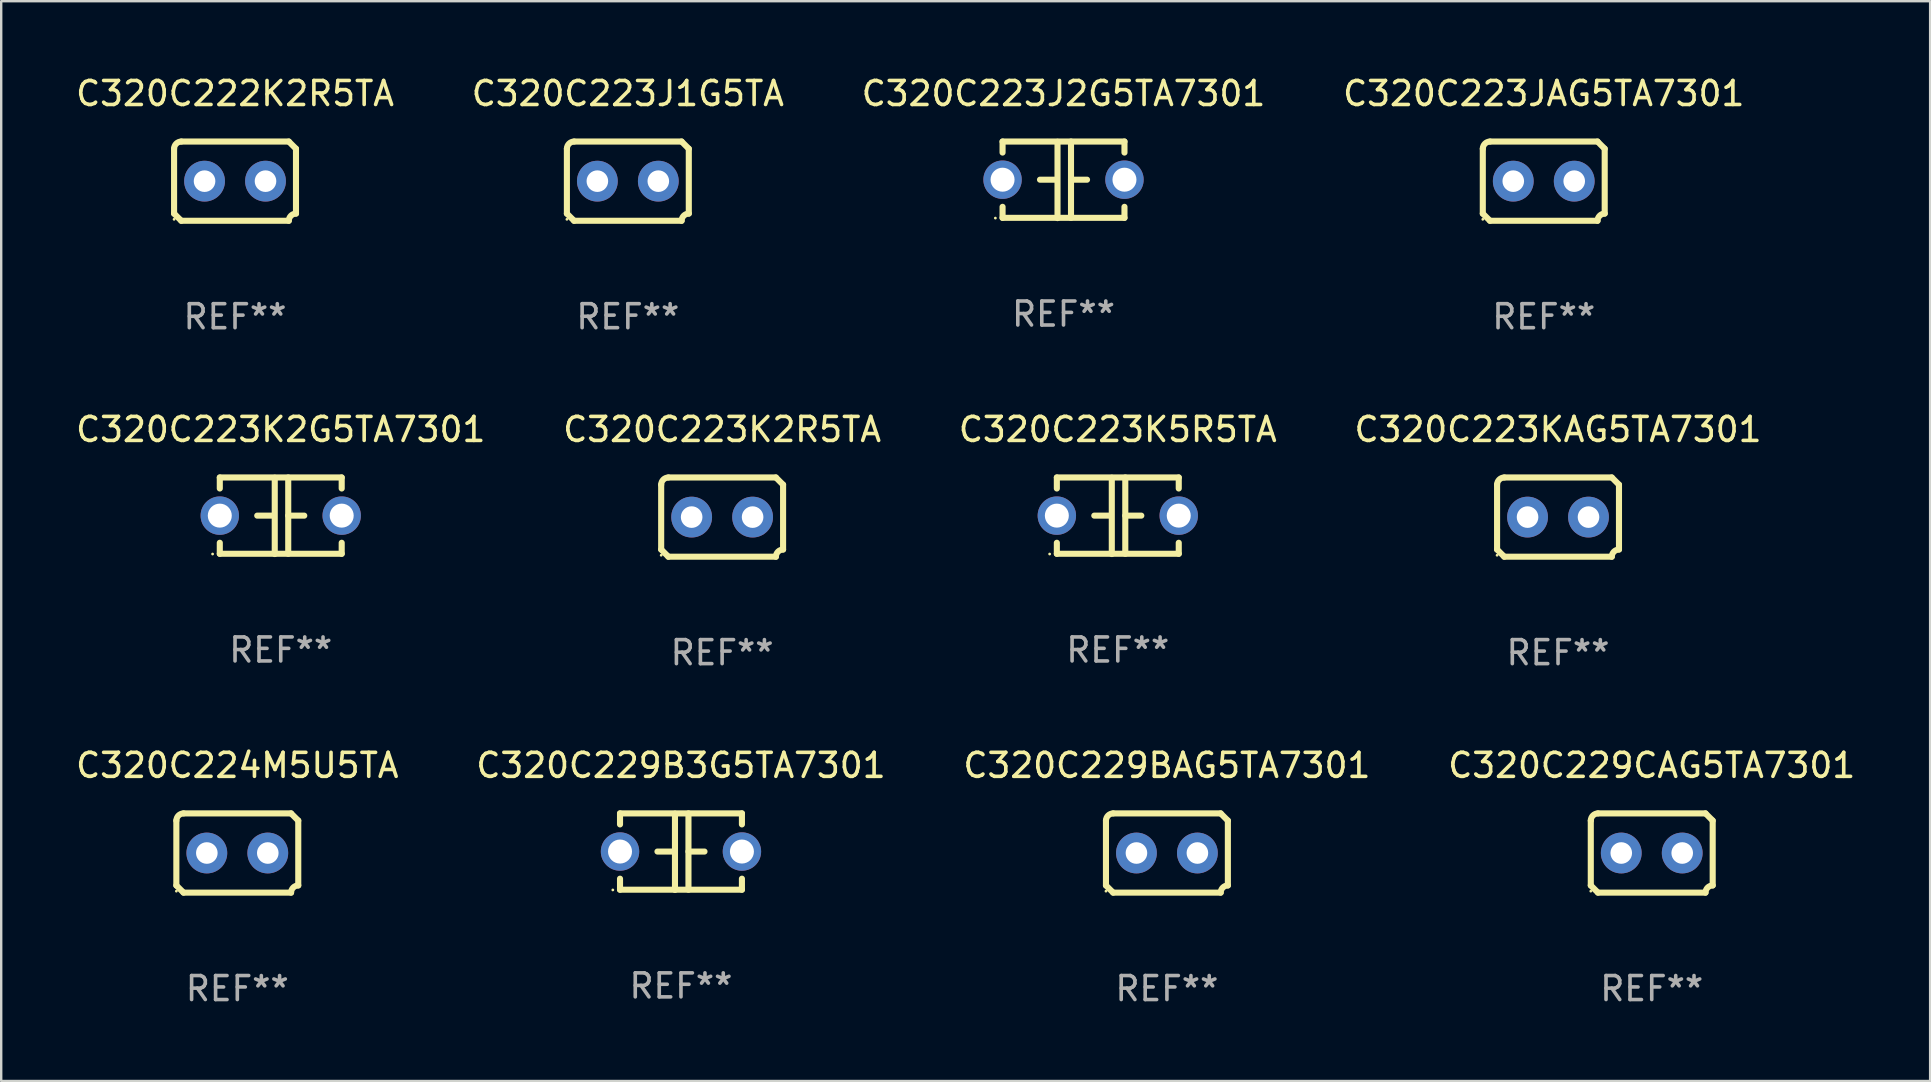
<source format=kicad_pcb>
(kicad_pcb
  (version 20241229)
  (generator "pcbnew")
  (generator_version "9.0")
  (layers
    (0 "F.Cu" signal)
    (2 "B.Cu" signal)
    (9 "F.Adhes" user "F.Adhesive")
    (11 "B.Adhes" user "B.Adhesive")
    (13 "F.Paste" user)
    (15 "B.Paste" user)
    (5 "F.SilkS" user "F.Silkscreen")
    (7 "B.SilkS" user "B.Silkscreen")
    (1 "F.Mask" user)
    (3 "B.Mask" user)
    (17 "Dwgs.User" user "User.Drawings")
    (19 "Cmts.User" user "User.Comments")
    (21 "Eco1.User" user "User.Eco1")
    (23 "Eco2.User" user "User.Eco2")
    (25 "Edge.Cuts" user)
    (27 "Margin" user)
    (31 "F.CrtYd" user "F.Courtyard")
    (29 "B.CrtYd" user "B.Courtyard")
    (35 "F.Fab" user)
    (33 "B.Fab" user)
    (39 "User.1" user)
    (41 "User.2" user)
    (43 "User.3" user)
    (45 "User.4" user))
  (footprint "C320C223J2G5TA7301"
    (layer "F.Cu")
    (at 41.268 4.443)
    (property "Reference" "C320C223J2G5TA7301" (at 0 -3.595 0) (layer "F.SilkS") (effects (font (size 1 1) (thickness 0.15))))
    (attr through_hole)
    (fp_line (start -2.54 -1.595) (end -2.54 -1.136) (stroke (width 0.254) (type solid)) (layer "F.SilkS"))
    (fp_line (start -2.54 -1.595) (end 2.54 -1.595) (stroke (width 0.254) (type solid)) (layer "F.SilkS"))
    (fp_line (start -2.54 1.126) (end -2.54 1.585) (stroke (width 0.254) (type solid)) (layer "F.SilkS"))
    (fp_line (start -0.312 -0.005) (end -0.98 -0.005) (stroke (width 0.254) (type solid)) (layer "F.SilkS"))
    (fp_line (start -0.25 -1.585) (end -0.25 1.595) (stroke (width 0.254) (type solid)) (layer "F.SilkS"))
    (fp_line (start 0.312 -1.595) (end 0.312 1.585) (stroke (width 0.254) (type solid)) (layer "F.SilkS"))
    (fp_line (start 0.312 -0.005) (end 0.98 -0.005) (stroke (width 0.254) (type solid)) (layer "F.SilkS"))
    (fp_line (start 2.54 -1.595) (end 2.54 -1.136) (stroke (width 0.254) (type solid)) (layer "F.SilkS"))
    (fp_line (start 2.54 1.126) (end 2.54 1.585) (stroke (width 0.254) (type solid)) (layer "F.SilkS"))
    (fp_line (start 2.54 1.585) (end -2.54 1.585) (stroke (width 0.254) (type solid)) (layer "F.SilkS"))
    (fp_circle (center -2.84 1.595) (end -2.81 1.595) (stroke (width 0.06) (type solid)) (fill no) (layer "F.SilkS"))
    (fp_text user "REF**" (at 0 5.595 0) (layer "F.Fab") (effects (font (size 1 1) (thickness 0.15))))
    (pad "1" thru_hole circle (at -2.54 -0.005) (size 1.6 1.6) (drill 1) (layers "*.Cu" "*.Mask"))
    (pad "2" thru_hole circle (at 2.54 -0.005) (size 1.6 1.6) (drill 1) (layers "*.Cu" "*.Mask")))
  (footprint "C320C223KAG5TA7301"
    (layer "F.Cu")
    (at 61.875 18.498)
    (property "Reference" "C320C223KAG5TA7301" (at 0 -3.651 0) (layer "F.SilkS") (effects (font (size 1 1) (thickness 0.15))))
    (attr through_hole)
    (fp_line (start -2.54 -1.351) (end -2.54 1.351) (stroke (width 0.254) (type solid)) (layer "F.SilkS"))
    (fp_line (start -2.24 -1.651) (end 2.24 -1.651) (stroke (width 0.254) (type solid)) (layer "F.SilkS"))
    (fp_line (start 2.24 1.651) (end -2.24 1.651) (stroke (width 0.254) (type solid)) (layer "F.SilkS"))
    (fp_line (start 2.54 1.351) (end 2.54 -1.351) (stroke (width 0.254) (type solid)) (layer "F.SilkS"))
    (fp_arc (start -2.540005 -1.351283) (mid -2.450115 -1.561309) (end -2.240005 -1.651003) (stroke (width 0.254001) (type solid)) (layer "F.SilkS"))
    (fp_arc (start -2.240287 1.651001) (mid -2.390163 1.501019) (end -2.540005 1.351003) (stroke (width 0.254001) (type solid)) (layer "F.SilkS"))
    (fp_arc (start 2.240005 1.651003) (mid 2.329934 1.441015) (end 2.540005 1.351282) (stroke (width 0.254001) (type solid)) (layer "F.SilkS"))
    (fp_arc (start 2.540005 -1.351003) (mid 2.389393 -1.500252) (end 2.240284 -1.651003) (stroke (width 0.254001) (type solid)) (layer "F.SilkS"))
    (fp_circle (center -2.54 1.59) (end -2.51 1.59) (stroke (width 0.06) (type solid)) (fill no) (layer "F.SilkS"))
    (fp_text user "REF**" (at 0 5.651 0) (layer "F.Fab") (effects (font (size 1 1) (thickness 0.15))))
    (pad "1" thru_hole circle (at -1.27 0) (size 1.7 1.7) (drill 0.9) (layers "*.Cu" "*.Mask"))
    (pad "2" thru_hole circle (at 1.27 0) (size 1.7 1.7) (drill 0.9) (layers "*.Cu" "*.Mask")))
  (footprint "C320C229CAG5TA7301"
    (layer "F.Cu")
    (at 65.78 32.496)
    (property "Reference" "C320C229CAG5TA7301" (at 0 -3.651 0) (layer "F.SilkS") (effects (font (size 1 1) (thickness 0.15))))
    (attr through_hole)
    (fp_line (start -2.54 -1.351) (end -2.54 1.351) (stroke (width 0.254) (type solid)) (layer "F.SilkS"))
    (fp_line (start -2.24 -1.651) (end 2.24 -1.651) (stroke (width 0.254) (type solid)) (layer "F.SilkS"))
    (fp_line (start 2.24 1.651) (end -2.24 1.651) (stroke (width 0.254) (type solid)) (layer "F.SilkS"))
    (fp_line (start 2.54 1.351) (end 2.54 -1.351) (stroke (width 0.254) (type solid)) (layer "F.SilkS"))
    (fp_arc (start -2.540005 -1.351283) (mid -2.450115 -1.561309) (end -2.240005 -1.651003) (stroke (width 0.254001) (type solid)) (layer "F.SilkS"))
    (fp_arc (start -2.240287 1.651001) (mid -2.390163 1.501019) (end -2.540005 1.351003) (stroke (width 0.254001) (type solid)) (layer "F.SilkS"))
    (fp_arc (start 2.240005 1.651003) (mid 2.329934 1.441015) (end 2.540005 1.351282) (stroke (width 0.254001) (type solid)) (layer "F.SilkS"))
    (fp_arc (start 2.540005 -1.351003) (mid 2.389393 -1.500252) (end 2.240284 -1.651003) (stroke (width 0.254001) (type solid)) (layer "F.SilkS"))
    (fp_circle (center -2.54 1.59) (end -2.51 1.59) (stroke (width 0.06) (type solid)) (fill no) (layer "F.SilkS"))
    (fp_text user "REF**" (at 0 5.651 0) (layer "F.Fab") (effects (font (size 1 1) (thickness 0.15))))
    (pad "1" thru_hole circle (at -1.27 0) (size 1.7 1.7) (drill 0.9) (layers "*.Cu" "*.Mask"))
    (pad "2" thru_hole circle (at 1.27 0) (size 1.7 1.7) (drill 0.9) (layers "*.Cu" "*.Mask")))
  (footprint "C320C223K2R5TA"
    (layer "F.Cu")
    (at 27.042 18.498)
    (property "Reference" "C320C223K2R5TA" (at 0 -3.651 0) (layer "F.SilkS") (effects (font (size 1 1) (thickness 0.15))))
    (attr through_hole)
    (fp_line (start -2.54 -1.351) (end -2.54 1.351) (stroke (width 0.254) (type solid)) (layer "F.SilkS"))
    (fp_line (start -2.24 -1.651) (end 2.24 -1.651) (stroke (width 0.254) (type solid)) (layer "F.SilkS"))
    (fp_line (start 2.24 1.651) (end -2.24 1.651) (stroke (width 0.254) (type solid)) (layer "F.SilkS"))
    (fp_line (start 2.54 1.351) (end 2.54 -1.351) (stroke (width 0.254) (type solid)) (layer "F.SilkS"))
    (fp_arc (start -2.540005 -1.351283) (mid -2.450115 -1.561309) (end -2.240005 -1.651003) (stroke (width 0.254001) (type solid)) (layer "F.SilkS"))
    (fp_arc (start -2.240287 1.651001) (mid -2.390163 1.501019) (end -2.540005 1.351003) (stroke (width 0.254001) (type solid)) (layer "F.SilkS"))
    (fp_arc (start 2.240005 1.651003) (mid 2.329934 1.441015) (end 2.540005 1.351282) (stroke (width 0.254001) (type solid)) (layer "F.SilkS"))
    (fp_arc (start 2.540005 -1.351003) (mid 2.389393 -1.500252) (end 2.240284 -1.651003) (stroke (width 0.254001) (type solid)) (layer "F.SilkS"))
    (fp_circle (center -2.54 1.59) (end -2.51 1.59) (stroke (width 0.06) (type solid)) (fill no) (layer "F.SilkS"))
    (fp_text user "REF**" (at 0 5.651 0) (layer "F.Fab") (effects (font (size 1 1) (thickness 0.15))))
    (pad "1" thru_hole circle (at -1.27 0) (size 1.7 1.7) (drill 0.9) (layers "*.Cu" "*.Mask"))
    (pad "2" thru_hole circle (at 1.27 0) (size 1.7 1.7) (drill 0.9) (layers "*.Cu" "*.Mask")))
  (footprint "C320C229BAG5TA7301"
    (layer "F.Cu")
    (at 45.577 32.496)
    (property "Reference" "C320C229BAG5TA7301" (at 0 -3.651 0) (layer "F.SilkS") (effects (font (size 1 1) (thickness 0.15))))
    (attr through_hole)
    (fp_line (start -2.54 -1.351) (end -2.54 1.351) (stroke (width 0.254) (type solid)) (layer "F.SilkS"))
    (fp_line (start -2.24 -1.651) (end 2.24 -1.651) (stroke (width 0.254) (type solid)) (layer "F.SilkS"))
    (fp_line (start 2.24 1.651) (end -2.24 1.651) (stroke (width 0.254) (type solid)) (layer "F.SilkS"))
    (fp_line (start 2.54 1.351) (end 2.54 -1.351) (stroke (width 0.254) (type solid)) (layer "F.SilkS"))
    (fp_arc (start -2.540005 -1.351283) (mid -2.450115 -1.561309) (end -2.240005 -1.651003) (stroke (width 0.254001) (type solid)) (layer "F.SilkS"))
    (fp_arc (start -2.240287 1.651001) (mid -2.390163 1.501019) (end -2.540005 1.351003) (stroke (width 0.254001) (type solid)) (layer "F.SilkS"))
    (fp_arc (start 2.240005 1.651003) (mid 2.329934 1.441015) (end 2.540005 1.351282) (stroke (width 0.254001) (type solid)) (layer "F.SilkS"))
    (fp_arc (start 2.540005 -1.351003) (mid 2.389393 -1.500252) (end 2.240284 -1.651003) (stroke (width 0.254001) (type solid)) (layer "F.SilkS"))
    (fp_circle (center -2.54 1.59) (end -2.51 1.59) (stroke (width 0.06) (type solid)) (fill no) (layer "F.SilkS"))
    (fp_text user "REF**" (at 0 5.651 0) (layer "F.Fab") (effects (font (size 1 1) (thickness 0.15))))
    (pad "1" thru_hole circle (at -1.27 0) (size 1.7 1.7) (drill 0.9) (layers "*.Cu" "*.Mask"))
    (pad "2" thru_hole circle (at 1.27 0) (size 1.7 1.7) (drill 0.9) (layers "*.Cu" "*.Mask")))
  (footprint "C320C223K2G5TA7301"
    (layer "F.Cu")
    (at 8.649 18.442)
    (property "Reference" "C320C223K2G5TA7301" (at 0 -3.595 0) (layer "F.SilkS") (effects (font (size 1 1) (thickness 0.15))))
    (attr through_hole)
    (fp_line (start -2.54 -1.595) (end -2.54 -1.136) (stroke (width 0.254) (type solid)) (layer "F.SilkS"))
    (fp_line (start -2.54 -1.595) (end 2.54 -1.595) (stroke (width 0.254) (type solid)) (layer "F.SilkS"))
    (fp_line (start -2.54 1.126) (end -2.54 1.585) (stroke (width 0.254) (type solid)) (layer "F.SilkS"))
    (fp_line (start -0.312 -0.005) (end -0.98 -0.005) (stroke (width 0.254) (type solid)) (layer "F.SilkS"))
    (fp_line (start -0.25 -1.585) (end -0.25 1.595) (stroke (width 0.254) (type solid)) (layer "F.SilkS"))
    (fp_line (start 0.312 -1.595) (end 0.312 1.585) (stroke (width 0.254) (type solid)) (layer "F.SilkS"))
    (fp_line (start 0.312 -0.005) (end 0.98 -0.005) (stroke (width 0.254) (type solid)) (layer "F.SilkS"))
    (fp_line (start 2.54 -1.595) (end 2.54 -1.136) (stroke (width 0.254) (type solid)) (layer "F.SilkS"))
    (fp_line (start 2.54 1.126) (end 2.54 1.585) (stroke (width 0.254) (type solid)) (layer "F.SilkS"))
    (fp_line (start 2.54 1.585) (end -2.54 1.585) (stroke (width 0.254) (type solid)) (layer "F.SilkS"))
    (fp_circle (center -2.84 1.595) (end -2.81 1.595) (stroke (width 0.06) (type solid)) (fill no) (layer "F.SilkS"))
    (fp_text user "REF**" (at 0 5.595 0) (layer "F.Fab") (effects (font (size 1 1) (thickness 0.15))))
    (pad "1" thru_hole circle (at -2.54 -0.005) (size 1.6 1.6) (drill 1) (layers "*.Cu" "*.Mask"))
    (pad "2" thru_hole circle (at 2.54 -0.005) (size 1.6 1.6) (drill 1) (layers "*.Cu" "*.Mask")))
  (footprint "C320C223K5R5TA"
    (layer "F.Cu")
    (at 43.53 18.442)
    (property "Reference" "C320C223K5R5TA" (at 0 -3.595 0) (layer "F.SilkS") (effects (font (size 1 1) (thickness 0.15))))
    (attr through_hole)
    (fp_line (start -2.54 -1.595) (end -2.54 -1.136) (stroke (width 0.254) (type solid)) (layer "F.SilkS"))
    (fp_line (start -2.54 -1.595) (end 2.54 -1.595) (stroke (width 0.254) (type solid)) (layer "F.SilkS"))
    (fp_line (start -2.54 1.126) (end -2.54 1.585) (stroke (width 0.254) (type solid)) (layer "F.SilkS"))
    (fp_line (start -0.312 -0.005) (end -0.98 -0.005) (stroke (width 0.254) (type solid)) (layer "F.SilkS"))
    (fp_line (start -0.25 -1.585) (end -0.25 1.595) (stroke (width 0.254) (type solid)) (layer "F.SilkS"))
    (fp_line (start 0.312 -1.595) (end 0.312 1.585) (stroke (width 0.254) (type solid)) (layer "F.SilkS"))
    (fp_line (start 0.312 -0.005) (end 0.98 -0.005) (stroke (width 0.254) (type solid)) (layer "F.SilkS"))
    (fp_line (start 2.54 -1.595) (end 2.54 -1.136) (stroke (width 0.254) (type solid)) (layer "F.SilkS"))
    (fp_line (start 2.54 1.126) (end 2.54 1.585) (stroke (width 0.254) (type solid)) (layer "F.SilkS"))
    (fp_line (start 2.54 1.585) (end -2.54 1.585) (stroke (width 0.254) (type solid)) (layer "F.SilkS"))
    (fp_circle (center -2.84 1.595) (end -2.81 1.595) (stroke (width 0.06) (type solid)) (fill no) (layer "F.SilkS"))
    (fp_text user "REF**" (at 0 5.595 0) (layer "F.Fab") (effects (font (size 1 1) (thickness 0.15))))
    (pad "1" thru_hole circle (at -2.54 -0.005) (size 1.6 1.6) (drill 1) (layers "*.Cu" "*.Mask"))
    (pad "2" thru_hole circle (at 2.54 -0.005) (size 1.6 1.6) (drill 1) (layers "*.Cu" "*.Mask")))
  (footprint "C320C223J1G5TA"
    (layer "F.Cu")
    (at 23.113 4.499)
    (property "Reference" "C320C223J1G5TA" (at 0 -3.651 0) (layer "F.SilkS") (effects (font (size 1 1) (thickness 0.15))))
    (attr through_hole)
    (fp_line (start -2.54 -1.351) (end -2.54 1.351) (stroke (width 0.254) (type solid)) (layer "F.SilkS"))
    (fp_line (start -2.24 -1.651) (end 2.24 -1.651) (stroke (width 0.254) (type solid)) (layer "F.SilkS"))
    (fp_line (start 2.24 1.651) (end -2.24 1.651) (stroke (width 0.254) (type solid)) (layer "F.SilkS"))
    (fp_line (start 2.54 1.351) (end 2.54 -1.351) (stroke (width 0.254) (type solid)) (layer "F.SilkS"))
    (fp_arc (start -2.540005 -1.351283) (mid -2.450115 -1.561309) (end -2.240005 -1.651003) (stroke (width 0.254001) (type solid)) (layer "F.SilkS"))
    (fp_arc (start -2.240287 1.651001) (mid -2.390163 1.501019) (end -2.540005 1.351003) (stroke (width 0.254001) (type solid)) (layer "F.SilkS"))
    (fp_arc (start 2.240005 1.651003) (mid 2.329934 1.441015) (end 2.540005 1.351282) (stroke (width 0.254001) (type solid)) (layer "F.SilkS"))
    (fp_arc (start 2.540005 -1.351003) (mid 2.389393 -1.500252) (end 2.240284 -1.651003) (stroke (width 0.254001) (type solid)) (layer "F.SilkS"))
    (fp_circle (center -2.54 1.59) (end -2.51 1.59) (stroke (width 0.06) (type solid)) (fill no) (layer "F.SilkS"))
    (fp_text user "REF**" (at 0 5.651 0) (layer "F.Fab") (effects (font (size 1 1) (thickness 0.15))))
    (pad "1" thru_hole circle (at -1.27 0) (size 1.7 1.7) (drill 0.9) (layers "*.Cu" "*.Mask"))
    (pad "2" thru_hole circle (at 1.27 0) (size 1.7 1.7) (drill 0.9) (layers "*.Cu" "*.Mask")))
  (footprint "C320C229B3G5TA7301"
    (layer "F.Cu")
    (at 25.327 32.44)
    (property "Reference" "C320C229B3G5TA7301" (at 0 -3.595 0) (layer "F.SilkS") (effects (font (size 1 1) (thickness 0.15))))
    (attr through_hole)
    (fp_line (start -2.54 -1.595) (end -2.54 -1.136) (stroke (width 0.254) (type solid)) (layer "F.SilkS"))
    (fp_line (start -2.54 -1.595) (end 2.54 -1.595) (stroke (width 0.254) (type solid)) (layer "F.SilkS"))
    (fp_line (start -2.54 1.126) (end -2.54 1.585) (stroke (width 0.254) (type solid)) (layer "F.SilkS"))
    (fp_line (start -0.312 -0.005) (end -0.98 -0.005) (stroke (width 0.254) (type solid)) (layer "F.SilkS"))
    (fp_line (start -0.25 -1.585) (end -0.25 1.595) (stroke (width 0.254) (type solid)) (layer "F.SilkS"))
    (fp_line (start 0.312 -1.595) (end 0.312 1.585) (stroke (width 0.254) (type solid)) (layer "F.SilkS"))
    (fp_line (start 0.312 -0.005) (end 0.98 -0.005) (stroke (width 0.254) (type solid)) (layer "F.SilkS"))
    (fp_line (start 2.54 -1.595) (end 2.54 -1.136) (stroke (width 0.254) (type solid)) (layer "F.SilkS"))
    (fp_line (start 2.54 1.126) (end 2.54 1.585) (stroke (width 0.254) (type solid)) (layer "F.SilkS"))
    (fp_line (start 2.54 1.585) (end -2.54 1.585) (stroke (width 0.254) (type solid)) (layer "F.SilkS"))
    (fp_circle (center -2.84 1.595) (end -2.81 1.595) (stroke (width 0.06) (type solid)) (fill no) (layer "F.SilkS"))
    (fp_text user "REF**" (at 0 5.595 0) (layer "F.Fab") (effects (font (size 1 1) (thickness 0.15))))
    (pad "1" thru_hole circle (at -2.54 -0.005) (size 1.6 1.6) (drill 1) (layers "*.Cu" "*.Mask"))
    (pad "2" thru_hole circle (at 2.54 -0.005) (size 1.6 1.6) (drill 1) (layers "*.Cu" "*.Mask")))
  (footprint "C320C223JAG5TA7301"
    (layer "F.Cu")
    (at 61.28 4.499)
    (property "Reference" "C320C223JAG5TA7301" (at 0 -3.651 0) (layer "F.SilkS") (effects (font (size 1 1) (thickness 0.15))))
    (attr through_hole)
    (fp_line (start -2.54 -1.351) (end -2.54 1.351) (stroke (width 0.254) (type solid)) (layer "F.SilkS"))
    (fp_line (start -2.24 -1.651) (end 2.24 -1.651) (stroke (width 0.254) (type solid)) (layer "F.SilkS"))
    (fp_line (start 2.24 1.651) (end -2.24 1.651) (stroke (width 0.254) (type solid)) (layer "F.SilkS"))
    (fp_line (start 2.54 1.351) (end 2.54 -1.351) (stroke (width 0.254) (type solid)) (layer "F.SilkS"))
    (fp_arc (start -2.540005 -1.351283) (mid -2.450115 -1.561309) (end -2.240005 -1.651003) (stroke (width 0.254001) (type solid)) (layer "F.SilkS"))
    (fp_arc (start -2.240287 1.651001) (mid -2.390163 1.501019) (end -2.540005 1.351003) (stroke (width 0.254001) (type solid)) (layer "F.SilkS"))
    (fp_arc (start 2.240005 1.651003) (mid 2.329934 1.441015) (end 2.540005 1.351282) (stroke (width 0.254001) (type solid)) (layer "F.SilkS"))
    (fp_arc (start 2.540005 -1.351003) (mid 2.389393 -1.500252) (end 2.240284 -1.651003) (stroke (width 0.254001) (type solid)) (layer "F.SilkS"))
    (fp_circle (center -2.54 1.59) (end -2.51 1.59) (stroke (width 0.06) (type solid)) (fill no) (layer "F.SilkS"))
    (fp_text user "REF**" (at 0 5.651 0) (layer "F.Fab") (effects (font (size 1 1) (thickness 0.15))))
    (pad "1" thru_hole circle (at -1.27 0) (size 1.7 1.7) (drill 0.9) (layers "*.Cu" "*.Mask"))
    (pad "2" thru_hole circle (at 1.27 0) (size 1.7 1.7) (drill 0.9) (layers "*.Cu" "*.Mask")))
  (footprint "C320C224M5U5TA"
    (layer "F.Cu")
    (at 6.839 32.496)
    (property "Reference" "C320C224M5U5TA" (at 0 -3.651 0) (layer "F.SilkS") (effects (font (size 1 1) (thickness 0.15))))
    (attr through_hole)
    (fp_line (start -2.54 -1.351) (end -2.54 1.351) (stroke (width 0.254) (type solid)) (layer "F.SilkS"))
    (fp_line (start -2.24 -1.651) (end 2.24 -1.651) (stroke (width 0.254) (type solid)) (layer "F.SilkS"))
    (fp_line (start 2.24 1.651) (end -2.24 1.651) (stroke (width 0.254) (type solid)) (layer "F.SilkS"))
    (fp_line (start 2.54 1.351) (end 2.54 -1.351) (stroke (width 0.254) (type solid)) (layer "F.SilkS"))
    (fp_arc (start -2.540005 -1.351283) (mid -2.450115 -1.561309) (end -2.240005 -1.651003) (stroke (width 0.254001) (type solid)) (layer "F.SilkS"))
    (fp_arc (start -2.240287 1.651001) (mid -2.390163 1.501019) (end -2.540005 1.351003) (stroke (width 0.254001) (type solid)) (layer "F.SilkS"))
    (fp_arc (start 2.240005 1.651003) (mid 2.329934 1.441015) (end 2.540005 1.351282) (stroke (width 0.254001) (type solid)) (layer "F.SilkS"))
    (fp_arc (start 2.540005 -1.351003) (mid 2.389393 -1.500252) (end 2.240284 -1.651003) (stroke (width 0.254001) (type solid)) (layer "F.SilkS"))
    (fp_circle (center -2.54 1.59) (end -2.51 1.59) (stroke (width 0.06) (type solid)) (fill no) (layer "F.SilkS"))
    (fp_text user "REF**" (at 0 5.651 0) (layer "F.Fab") (effects (font (size 1 1) (thickness 0.15))))
    (pad "1" thru_hole circle (at -1.27 0) (size 1.7 1.7) (drill 0.9) (layers "*.Cu" "*.Mask"))
    (pad "2" thru_hole circle (at 1.27 0) (size 1.7 1.7) (drill 0.9) (layers "*.Cu" "*.Mask")))
  (footprint "C320C222K2R5TA"
    (layer "F.Cu")
    (at 6.744 4.499)
    (property "Reference" "C320C222K2R5TA" (at 0 -3.651 0) (layer "F.SilkS") (effects (font (size 1 1) (thickness 0.15))))
    (attr through_hole)
    (fp_line (start -2.54 -1.351) (end -2.54 1.351) (stroke (width 0.254) (type solid)) (layer "F.SilkS"))
    (fp_line (start -2.24 -1.651) (end 2.24 -1.651) (stroke (width 0.254) (type solid)) (layer "F.SilkS"))
    (fp_line (start 2.24 1.651) (end -2.24 1.651) (stroke (width 0.254) (type solid)) (layer "F.SilkS"))
    (fp_line (start 2.54 1.351) (end 2.54 -1.351) (stroke (width 0.254) (type solid)) (layer "F.SilkS"))
    (fp_arc (start -2.540005 -1.351283) (mid -2.450115 -1.561309) (end -2.240005 -1.651003) (stroke (width 0.254001) (type solid)) (layer "F.SilkS"))
    (fp_arc (start -2.240287 1.651001) (mid -2.390163 1.501019) (end -2.540005 1.351003) (stroke (width 0.254001) (type solid)) (layer "F.SilkS"))
    (fp_arc (start 2.240005 1.651003) (mid 2.329934 1.441015) (end 2.540005 1.351282) (stroke (width 0.254001) (type solid)) (layer "F.SilkS"))
    (fp_arc (start 2.540005 -1.351003) (mid 2.389393 -1.500252) (end 2.240284 -1.651003) (stroke (width 0.254001) (type solid)) (layer "F.SilkS"))
    (fp_circle (center -2.54 1.59) (end -2.51 1.59) (stroke (width 0.06) (type solid)) (fill no) (layer "F.SilkS"))
    (fp_text user "REF**" (at 0 5.651 0) (layer "F.Fab") (effects (font (size 1 1) (thickness 0.15))))
    (pad "1" thru_hole circle (at -1.27 0) (size 1.7 1.7) (drill 0.9) (layers "*.Cu" "*.Mask"))
    (pad "2" thru_hole circle (at 1.27 0) (size 1.7 1.7) (drill 0.9) (layers "*.Cu" "*.Mask")))
  (gr_rect
    (start -3 -3)
    (end 77.381 41.996)
    (stroke (width 0.1) (type default))
    (fill no)
    (layer "Edge.Cuts")))
</source>
